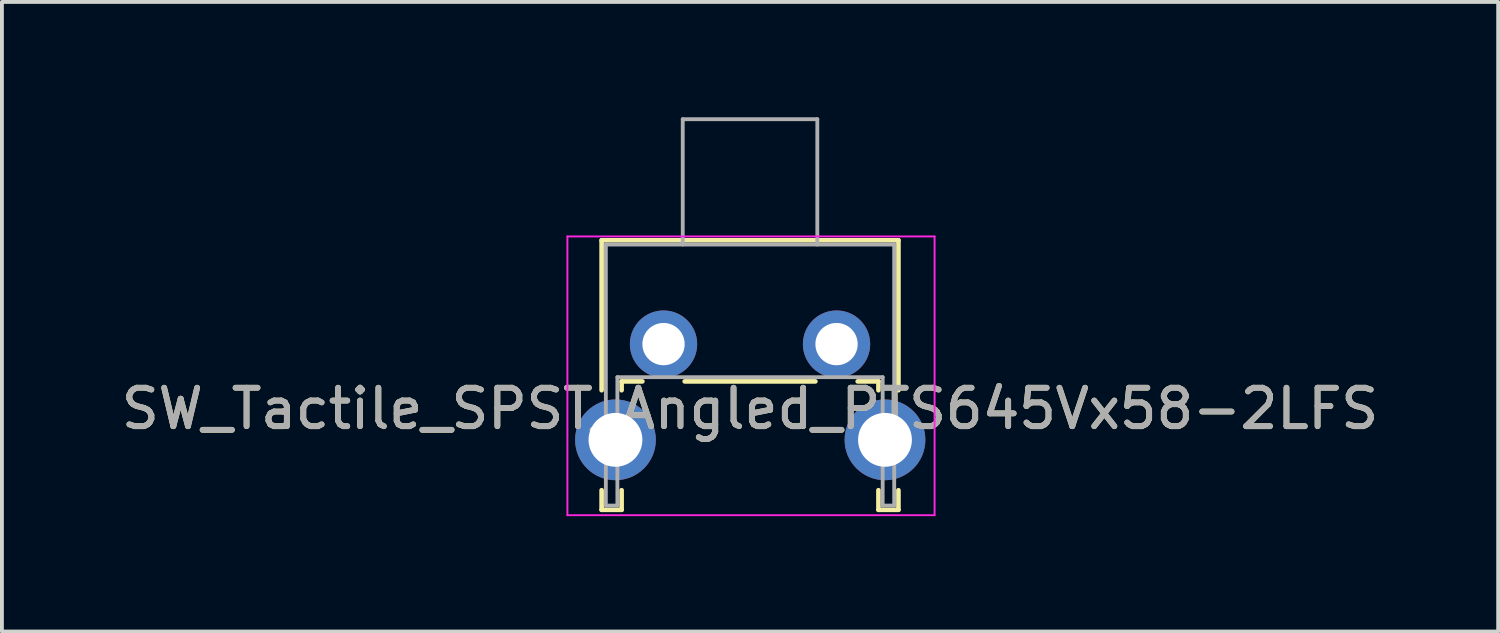
<source format=kicad_pcb>
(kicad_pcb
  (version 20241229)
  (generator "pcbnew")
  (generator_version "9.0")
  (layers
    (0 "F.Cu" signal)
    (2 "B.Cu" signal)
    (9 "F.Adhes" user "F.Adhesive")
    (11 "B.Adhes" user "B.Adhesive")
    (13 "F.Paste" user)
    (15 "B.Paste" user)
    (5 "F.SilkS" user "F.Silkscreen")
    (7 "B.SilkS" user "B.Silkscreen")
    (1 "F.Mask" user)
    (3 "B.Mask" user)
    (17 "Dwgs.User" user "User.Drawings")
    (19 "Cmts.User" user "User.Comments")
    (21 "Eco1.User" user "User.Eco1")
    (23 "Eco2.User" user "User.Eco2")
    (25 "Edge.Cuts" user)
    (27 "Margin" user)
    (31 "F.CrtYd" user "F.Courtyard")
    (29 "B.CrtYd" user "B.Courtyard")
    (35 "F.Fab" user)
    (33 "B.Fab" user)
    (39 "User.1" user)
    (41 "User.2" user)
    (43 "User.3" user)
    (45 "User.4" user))
  (footprint "SW_Tactile_SPST_Angled_PTS645Vx58-2LFS"
    (layer "F.Cu")
    (at 14.208 5.9)
    (property "Reference" "SW_Tactile_SPST_Angled_PTS645Vx58-2LFS" (at 2.25 1.68 0) (layer "F.SilkS") (effects (font (size 1 1) (thickness 0.15))))
    (attr through_hole)
    (fp_line (start -1.61 -2.7) (end -1.61 1.2) (stroke (width 0.12) (type solid)) (layer "F.SilkS"))
    (fp_line (start -1.61 -2.7) (end 6.11 -2.7) (stroke (width 0.12) (type solid)) (layer "F.SilkS"))
    (fp_line (start -1.61 3.8) (end -1.61 4.31) (stroke (width 0.12) (type solid)) (layer "F.SilkS"))
    (fp_line (start -1.61 4.31) (end -1.09 4.31) (stroke (width 0.12) (type solid)) (layer "F.SilkS"))
    (fp_line (start -1.09 0.97) (end -1.09 1.2) (stroke (width 0.12) (type solid)) (layer "F.SilkS"))
    (fp_line (start -1.09 0.97) (end -0.55 0.97) (stroke (width 0.12) (type solid)) (layer "F.SilkS"))
    (fp_line (start -1.09 3.8) (end -1.09 4.31) (stroke (width 0.12) (type solid)) (layer "F.SilkS"))
    (fp_line (start 0.55 0.97) (end 3.95 0.97) (stroke (width 0.12) (type solid)) (layer "F.SilkS"))
    (fp_line (start 5.05 0.97) (end 5.59 0.97) (stroke (width 0.12) (type solid)) (layer "F.SilkS"))
    (fp_line (start 5.59 0.97) (end 5.59 1.2) (stroke (width 0.12) (type solid)) (layer "F.SilkS"))
    (fp_line (start 5.59 3.8) (end 5.59 4.31) (stroke (width 0.12) (type solid)) (layer "F.SilkS"))
    (fp_line (start 5.59 4.31) (end 6.11 4.31) (stroke (width 0.12) (type solid)) (layer "F.SilkS"))
    (fp_line (start 6.11 -2.7) (end 6.11 1.2) (stroke (width 0.12) (type solid)) (layer "F.SilkS"))
    (fp_line (start 6.11 3.8) (end 6.11 4.31) (stroke (width 0.12) (type solid)) (layer "F.SilkS"))
    (fp_line (start -2.5 -2.8) (end 7.05 -2.8) (stroke (width 0.05) (type solid)) (layer "F.CrtYd"))
    (fp_line (start -2.5 4.45) (end -2.5 -2.8) (stroke (width 0.05) (type solid)) (layer "F.CrtYd"))
    (fp_line (start 7.05 -2.8) (end 7.05 4.45) (stroke (width 0.05) (type solid)) (layer "F.CrtYd"))
    (fp_line (start 7.05 4.45) (end -2.5 4.45) (stroke (width 0.05) (type solid)) (layer "F.CrtYd"))
    (fp_line (start -1.5 -2.59) (end 6 -2.59) (stroke (width 0.1) (type solid)) (layer "F.Fab"))
    (fp_line (start -1.5 4.2) (end -1.5 -2.59) (stroke (width 0.1) (type solid)) (layer "F.Fab"))
    (fp_line (start -1.5 4.2) (end -1.2 4.2) (stroke (width 0.1) (type solid)) (layer "F.Fab"))
    (fp_line (start -1.2 0.86) (end 5.7 0.86) (stroke (width 0.1) (type solid)) (layer "F.Fab"))
    (fp_line (start -1.2 4.2) (end -1.2 0.86) (stroke (width 0.1) (type solid)) (layer "F.Fab"))
    (fp_line (start 0.5 -5.85) (end 0.5 -2.59) (stroke (width 0.1) (type solid)) (layer "F.Fab"))
    (fp_line (start 0.5 -5.85) (end 4 -5.85) (stroke (width 0.1) (type solid)) (layer "F.Fab"))
    (fp_line (start 4 -5.85) (end 4 -2.59) (stroke (width 0.1) (type solid)) (layer "F.Fab"))
    (fp_line (start 5.7 4.2) (end 5.7 0.86) (stroke (width 0.1) (type solid)) (layer "F.Fab"))
    (fp_line (start 5.7 4.2) (end 6 4.2) (stroke (width 0.1) (type solid)) (layer "F.Fab"))
    (fp_line (start 6 4.2) (end 6 -2.59) (stroke (width 0.1) (type solid)) (layer "F.Fab"))
    (fp_text user "${REFERENCE}" (at 2.25 1.68 0) (layer "F.Fab") (effects (font (size 1 1) (thickness 0.15))))
    (pad "" thru_hole circle (at -1.25 2.49) (size 2.1 2.1) (drill 1.4) (layers "*.Cu" "*.Mask"))
    (pad "" thru_hole circle (at 5.76 2.49) (size 2.1 2.1) (drill 1.4) (layers "*.Cu" "*.Mask"))
    (pad "1" thru_hole circle (at 0 0) (size 1.75 1.75) (drill 1.1) (layers "*.Cu" "*.Mask"))
    (pad "2" thru_hole circle (at 4.5 0) (size 1.75 1.75) (drill 1.1) (layers "*.Cu" "*.Mask")))
  (gr_rect
    (start -3 -3)
    (end 35.917 13.375)
    (stroke (width 0.1) (type default))
    (fill no)
    (layer "Edge.Cuts")))
</source>
